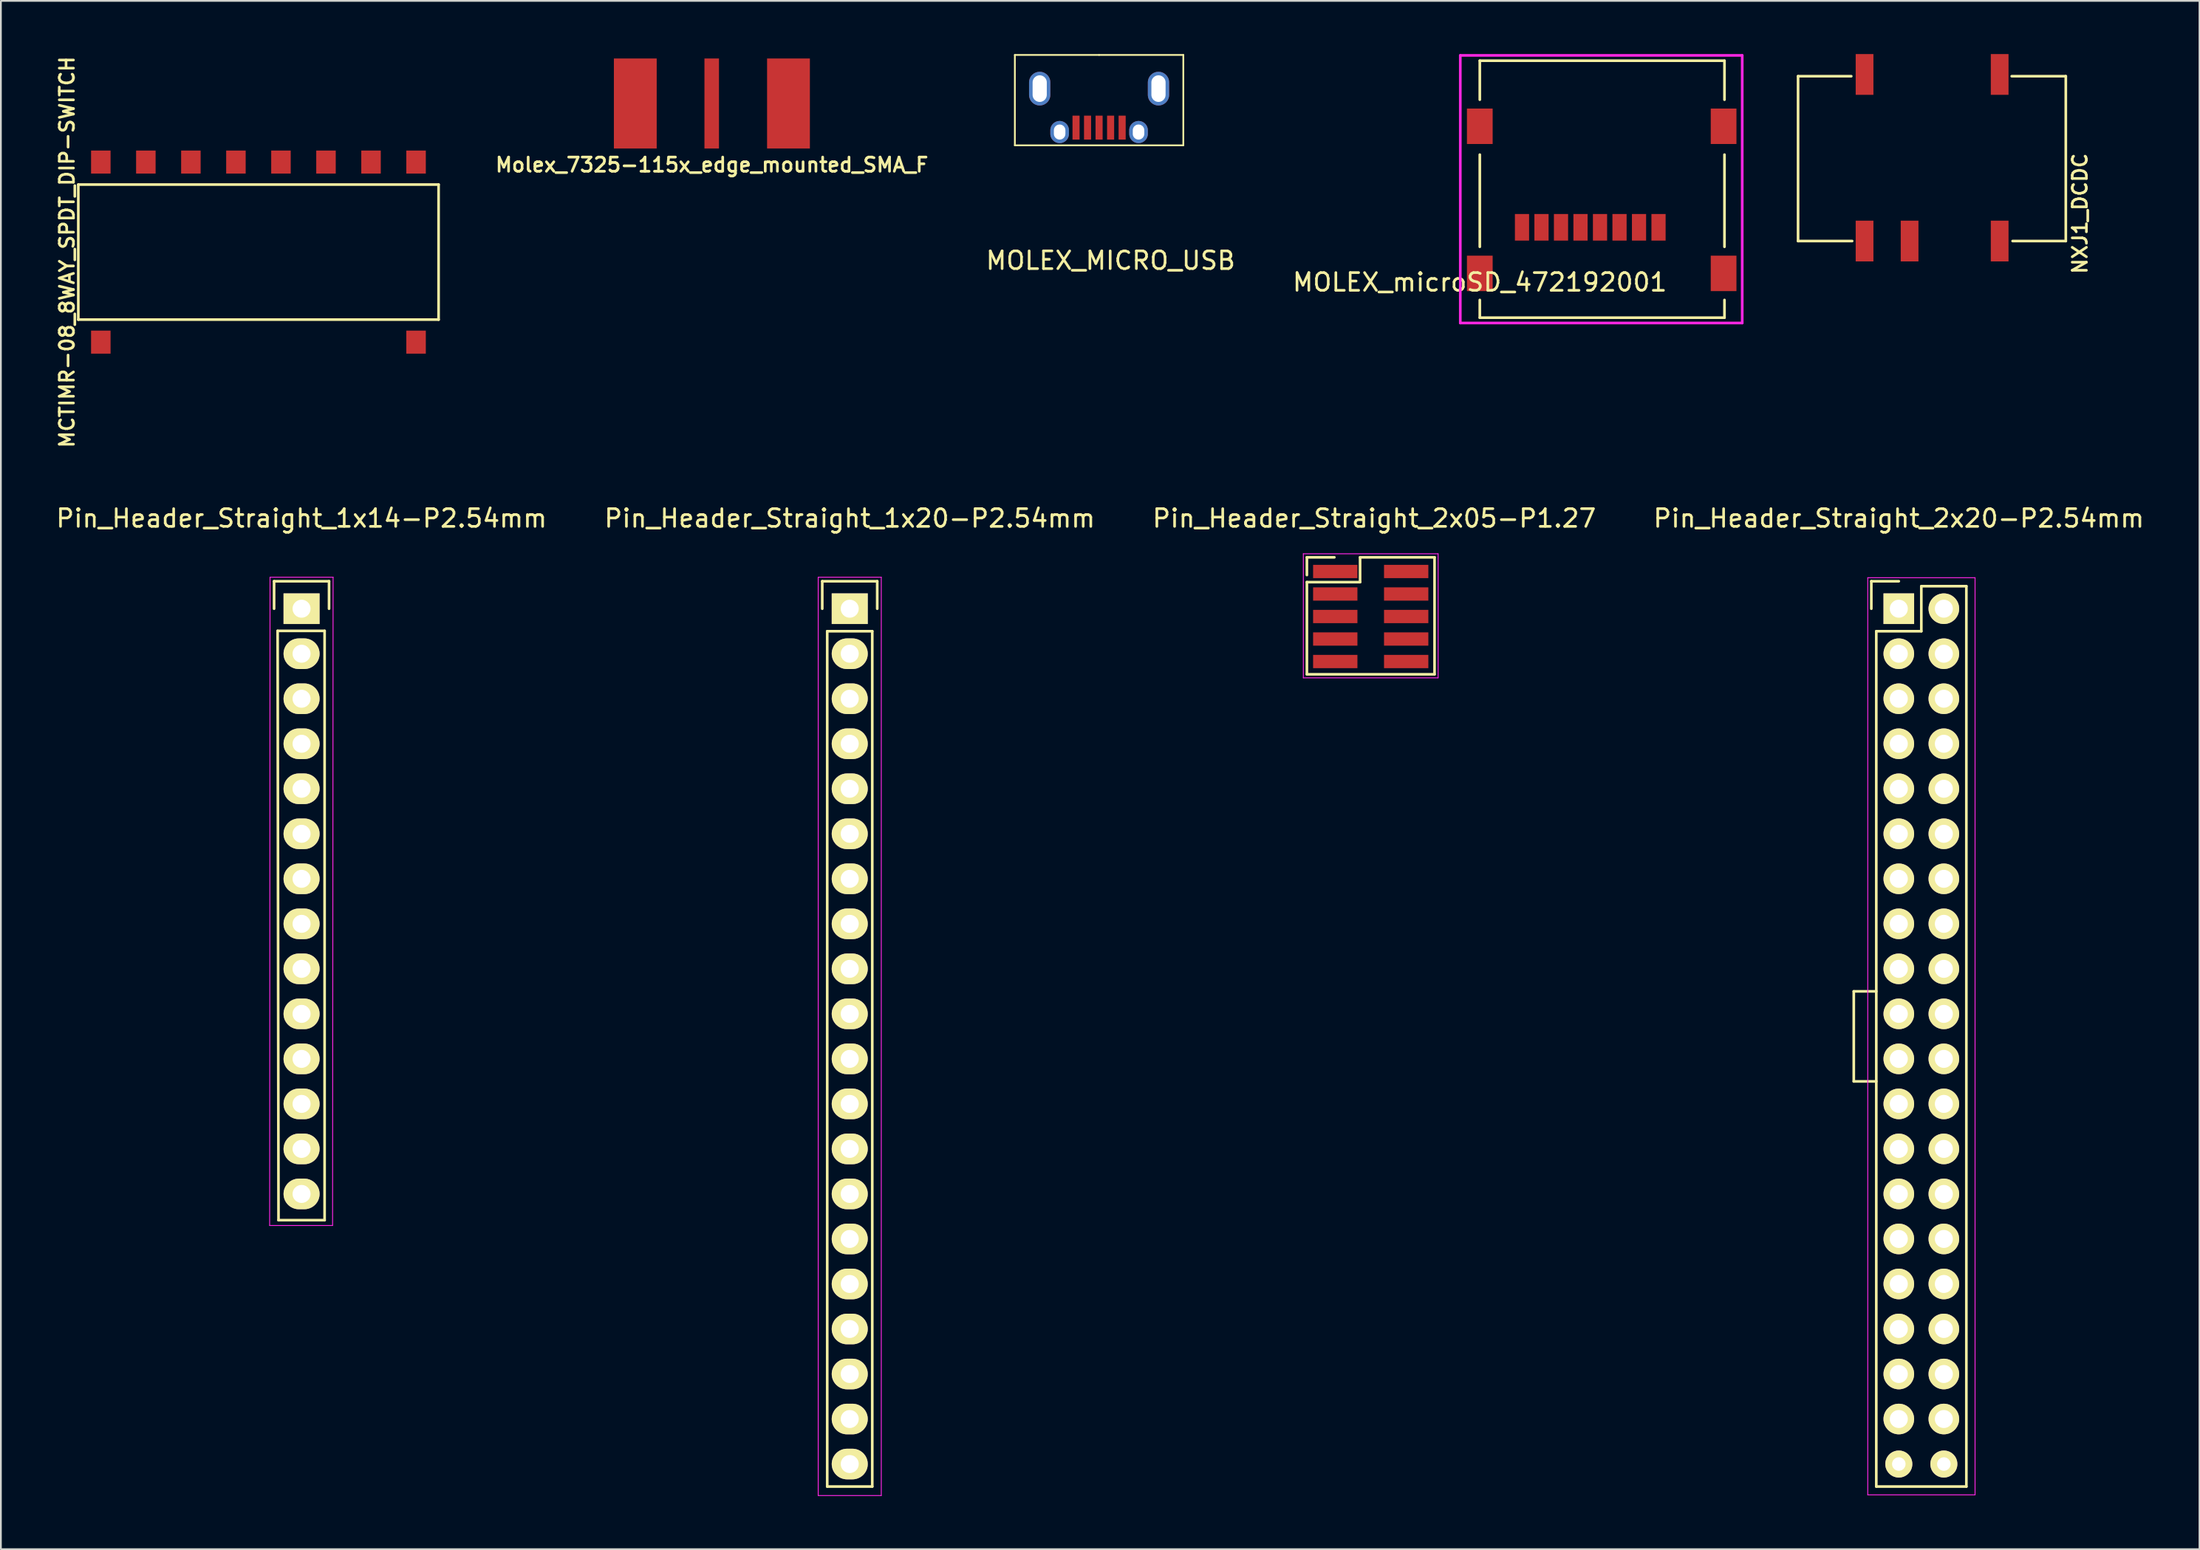
<source format=kicad_pcb>
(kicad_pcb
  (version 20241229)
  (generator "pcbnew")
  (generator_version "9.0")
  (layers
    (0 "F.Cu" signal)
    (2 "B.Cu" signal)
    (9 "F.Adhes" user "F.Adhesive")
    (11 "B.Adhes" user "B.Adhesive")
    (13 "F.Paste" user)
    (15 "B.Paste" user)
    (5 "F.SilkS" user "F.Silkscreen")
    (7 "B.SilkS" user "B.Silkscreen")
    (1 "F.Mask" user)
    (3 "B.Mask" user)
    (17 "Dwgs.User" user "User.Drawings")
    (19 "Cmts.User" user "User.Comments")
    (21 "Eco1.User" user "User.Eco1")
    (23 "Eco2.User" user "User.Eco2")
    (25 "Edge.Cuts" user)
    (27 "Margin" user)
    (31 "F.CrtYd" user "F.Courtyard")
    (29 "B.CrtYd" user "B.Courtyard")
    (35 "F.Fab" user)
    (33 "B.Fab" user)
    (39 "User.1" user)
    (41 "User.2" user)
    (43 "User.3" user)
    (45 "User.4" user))
  (footprint "MCTIMR-08_8WAY_SPDT_DIP-SWITCH"
    (layer "F.Cu")
    (at 11.526 11.174)
    (property "Reference" "MCTIMR-08_8WAY_SPDT_DIP-SWITCH" (at -10.795 0 90) (layer "F.SilkS") (effects (font (size 0.8 0.8) (thickness 0.15))))
    (attr smd)
    (fp_line (start -10.16 -3.81) (end -10.16 3.81) (stroke (width 0.15) (type solid)) (layer "F.SilkS"))
    (fp_line (start -10.16 3.81) (end 10.16 3.81) (stroke (width 0.15) (type solid)) (layer "F.SilkS"))
    (fp_line (start 10.16 -3.81) (end -10.16 -3.81) (stroke (width 0.15) (type solid)) (layer "F.SilkS"))
    (fp_line (start 10.16 -3.81) (end 10.16 3.81) (stroke (width 0.15) (type solid)) (layer "F.SilkS"))
    (pad "1" smd rect (at 8.89 -5.08) (size 1.1 1.3) (layers "F.Cu" "F.Mask" "F.Paste"))
    (pad "2" smd rect (at 6.35 -5.08) (size 1.1 1.3) (layers "F.Cu" "F.Mask" "F.Paste"))
    (pad "3" smd rect (at 3.81 -5.08) (size 1.1 1.3) (layers "F.Cu" "F.Mask" "F.Paste"))
    (pad "4" smd rect (at 1.27 -5.08) (size 1.1 1.3) (layers "F.Cu" "F.Mask" "F.Paste"))
    (pad "5" smd rect (at -1.27 -5.08) (size 1.1 1.3) (layers "F.Cu" "F.Mask" "F.Paste"))
    (pad "6" smd rect (at -3.81 -5.08) (size 1.1 1.3) (layers "F.Cu" "F.Mask" "F.Paste"))
    (pad "7" smd rect (at -6.35 -5.08) (size 1.1 1.3) (layers "F.Cu" "F.Mask" "F.Paste"))
    (pad "8" smd rect (at -8.89 -5.08) (size 1.1 1.3) (layers "F.Cu" "F.Mask" "F.Paste"))
    (pad "9" smd rect (at -8.89 5.08) (size 1.1 1.3) (layers "F.Cu" "F.Mask" "F.Paste"))
    (pad "10" smd rect (at 8.89 5.08) (size 1.1 1.3) (layers "F.Cu" "F.Mask" "F.Paste")))
  (footprint "MOLEX_microSD_472192001"
    (layer "F.Cu")
    (at 80.41 12.375)
    (property "Reference" "MOLEX_microSD_472192001" (at 0 0.5 0) (layer "F.SilkS") (effects (font (size 1 1) (thickness 0.15))))
    (attr smd)
    (fp_line (start 0 -12) (end 13.8 -12) (stroke (width 0.15) (type solid)) (layer "F.SilkS"))
    (fp_line (start 0 -9.8) (end 0 -12) (stroke (width 0.15) (type solid)) (layer "F.SilkS"))
    (fp_line (start 0 -1.5) (end 0 -6.7) (stroke (width 0.15) (type solid)) (layer "F.SilkS"))
    (fp_line (start 0 1.5) (end 0 2.5) (stroke (width 0.15) (type solid)) (layer "F.SilkS"))
    (fp_line (start 0 2.5) (end 13.8 2.5) (stroke (width 0.15) (type solid)) (layer "F.SilkS"))
    (fp_line (start 13.8 -12) (end 13.8 -9.8) (stroke (width 0.15) (type solid)) (layer "F.SilkS"))
    (fp_line (start 13.8 -1.5) (end 13.8 -6.7) (stroke (width 0.15) (type solid)) (layer "F.SilkS"))
    (fp_line (start 13.8 2.5) (end 13.8 1.5) (stroke (width 0.15) (type solid)) (layer "F.SilkS"))
    (fp_line (start -1.1 -12.3) (end -1.1 2.8) (stroke (width 0.15) (type solid)) (layer "F.CrtYd"))
    (fp_line (start -1.1 2.8) (end 14.8 2.8) (stroke (width 0.15) (type solid)) (layer "F.CrtYd"))
    (fp_line (start 14.8 -12.3) (end -1.1 -12.3) (stroke (width 0.15) (type solid)) (layer "F.CrtYd"))
    (fp_line (start 14.8 2.8) (end 14.8 -12.3) (stroke (width 0.15) (type solid)) (layer "F.CrtYd"))
    (pad "1" smd rect (at 10.08 -2.6) (size 0.8 1.5) (layers "F.Cu" "F.Mask" "F.Paste"))
    (pad "2" smd rect (at 8.98 -2.6) (size 0.8 1.5) (layers "F.Cu" "F.Mask" "F.Paste"))
    (pad "3" smd rect (at 7.88 -2.6) (size 0.8 1.5) (layers "F.Cu" "F.Mask" "F.Paste"))
    (pad "4" smd rect (at 6.78 -2.6) (size 0.8 1.5) (layers "F.Cu" "F.Mask" "F.Paste"))
    (pad "5" smd rect (at 5.68 -2.6) (size 0.8 1.5) (layers "F.Cu" "F.Mask" "F.Paste"))
    (pad "6" smd rect (at 4.58 -2.6) (size 0.8 1.5) (layers "F.Cu" "F.Mask" "F.Paste"))
    (pad "7" smd rect (at 3.48 -2.6) (size 0.8 1.5) (layers "F.Cu" "F.Mask" "F.Paste"))
    (pad "8" smd rect (at 2.38 -2.6) (size 0.8 1.5) (layers "F.Cu" "F.Mask" "F.Paste"))
    (pad "G1" smd rect (at 13.75 0) (size 1.45 2) (layers "F.Cu" "F.Mask" "F.Paste"))
    (pad "G2" smd rect (at 13.75 -8.3) (size 1.45 2) (layers "F.Cu" "F.Mask" "F.Paste"))
    (pad "G3" smd rect (at 0 -8.3) (size 1.45 2) (layers "F.Cu" "F.Mask" "F.Paste"))
    (pad "G4" smd rect (at 0 0) (size 1.45 2) (layers "F.Cu" "F.Mask" "F.Paste")))
  (footprint "MOLEX_MICRO_USB"
    (layer "F.Cu")
    (at 58.938 4.15)
    (property "Reference" "MOLEX_MICRO_USB" (at 0.65 7.5 0) (layer "F.SilkS") (effects (font (size 1 1) (thickness 0.15))))
    (attr smd)
    (fp_line (start -4.75 1) (end -4.75 -4.1) (stroke (width 0.1) (type solid)) (layer "F.SilkS"))
    (fp_line (start 0 -4.1) (end -4.75 -4.1) (stroke (width 0.1) (type solid)) (layer "F.SilkS"))
    (fp_line (start 0 -4.1) (end 4.75 -4.1) (stroke (width 0.1) (type solid)) (layer "F.SilkS"))
    (fp_line (start 4.75 -4.1) (end 4.75 1) (stroke (width 0.1) (type solid)) (layer "F.SilkS"))
    (fp_line (start 4.75 1) (end -4.75 1) (stroke (width 0.1) (type solid)) (layer "F.SilkS"))
    (pad "" thru_hole oval (at -3.35 -2.2) (size 1.2 1.9) (drill oval 0.8 1.5) (layers "*.Cu" "*.Mask"))
    (pad "" thru_hole oval (at -2.225 0.25) (size 1.05 1.25) (drill oval 0.65 0.85) (layers "*.Cu" "*.Mask"))
    (pad "" thru_hole oval (at 2.225 0.25) (size 1.05 1.25) (drill oval 0.65 0.85) (layers "*.Cu" "*.Mask"))
    (pad "" thru_hole oval (at 3.35 -2.2) (size 1.2 1.9) (drill oval 0.8 1.5) (layers "*.Cu" "*.Mask"))
    (pad "1" smd rect (at -1.3 0) (size 0.4 1.35) (layers "F.Cu" "F.Mask" "F.Paste"))
    (pad "2" smd rect (at -0.65 0) (size 0.4 1.35) (layers "F.Cu" "F.Mask" "F.Paste"))
    (pad "3" smd rect (at 0 0) (size 0.4 1.35) (layers "F.Cu" "F.Mask" "F.Paste"))
    (pad "4" smd rect (at 0.65 0) (size 0.4 1.35) (layers "F.Cu" "F.Mask" "F.Paste"))
    (pad "5" smd rect (at 1.3 0) (size 0.4 1.35) (layers "F.Cu" "F.Mask" "F.Paste")))
  (footprint "Pin_Header_Straight_2x05-P1.27"
    (layer "F.Cu")
    (at 72.258 29.195)
    (property "Reference" "Pin_Header_Straight_2x05-P1.27" (at 2.2 -3 0) (layer "F.SilkS") (effects (font (size 1 1) (thickness 0.15))))
    (attr smd)
    (fp_line (start -1.6 -0.8) (end -1.6 0.2) (stroke (width 0.15) (type solid)) (layer "F.SilkS"))
    (fp_line (start -1.6 5.8) (end -1.6 0.6) (stroke (width 0.15) (type solid)) (layer "F.SilkS"))
    (fp_line (start -0.05 -0.8) (end -1.6 -0.8) (stroke (width 0.15) (type solid)) (layer "F.SilkS"))
    (fp_line (start 1.4 -0.8) (end 1.4 0.6) (stroke (width 0.15) (type solid)) (layer "F.SilkS"))
    (fp_line (start 1.4 0.6) (end -1.6 0.6) (stroke (width 0.15) (type solid)) (layer "F.SilkS"))
    (fp_line (start 5.6 -0.8) (end 1.4 -0.8) (stroke (width 0.15) (type solid)) (layer "F.SilkS"))
    (fp_line (start 5.6 -0.8) (end 5.6 5.8) (stroke (width 0.15) (type solid)) (layer "F.SilkS"))
    (fp_line (start 5.6 5.8) (end -1.6 5.8) (stroke (width 0.15) (type solid)) (layer "F.SilkS"))
    (fp_line (start -1.8 -1) (end -1.8 6) (stroke (width 0.05) (type solid)) (layer "F.CrtYd"))
    (fp_line (start -1.8 -1) (end 5.8 -1) (stroke (width 0.05) (type solid)) (layer "F.CrtYd"))
    (fp_line (start -1.8 6) (end 5.8 6) (stroke (width 0.05) (type solid)) (layer "F.CrtYd"))
    (fp_line (start 5.8 -1) (end 5.8 6) (stroke (width 0.05) (type solid)) (layer "F.CrtYd"))
    (pad "1" smd rect (at 0 0 90) (size 0.75 2.5) (layers "F.Cu" "F.Mask" "F.Paste"))
    (pad "2" smd rect (at 4 0 90) (size 0.75 2.5) (layers "F.Cu" "F.Mask" "F.Paste"))
    (pad "3" smd rect (at 0 1.27 90) (size 0.75 2.5) (layers "F.Cu" "F.Mask" "F.Paste"))
    (pad "4" smd rect (at 4 1.27 90) (size 0.75 2.5) (layers "F.Cu" "F.Mask" "F.Paste"))
    (pad "5" smd rect (at 0 2.54 90) (size 0.75 2.5) (layers "F.Cu" "F.Mask" "F.Paste"))
    (pad "6" smd rect (at 4 2.54 90) (size 0.75 2.5) (layers "F.Cu" "F.Mask" "F.Paste"))
    (pad "7" smd rect (at 0 3.81 90) (size 0.75 2.5) (layers "F.Cu" "F.Mask" "F.Paste"))
    (pad "8" smd rect (at 4 3.81 90) (size 0.75 2.5) (layers "F.Cu" "F.Mask" "F.Paste"))
    (pad "9" smd rect (at 0 5.08 90) (size 0.75 2.5) (layers "F.Cu" "F.Mask" "F.Paste"))
    (pad "10" smd rect (at 4 5.08 90) (size 0.75 2.5) (layers "F.Cu" "F.Mask" "F.Paste")))
  (footprint "Pin_Header_Straight_1x20-P2.54mm"
    (layer "F.Cu")
    (at 44.875 31.295)
    (property "Reference" "Pin_Header_Straight_1x20-P2.54mm" (at 0 -5.1 0) (layer "F.SilkS") (effects (font (size 1 1) (thickness 0.15))))
    (attr smd)
    (fp_line (start -1.55 -1.55) (end 1.55 -1.55) (stroke (width 0.15) (type solid)) (layer "F.SilkS"))
    (fp_line (start -1.55 0) (end -1.55 -1.55) (stroke (width 0.15) (type solid)) (layer "F.SilkS"))
    (fp_line (start -1.27 49.53) (end -1.27 1.27) (stroke (width 0.15) (type solid)) (layer "F.SilkS"))
    (fp_line (start 1.27 1.27) (end -1.27 1.27) (stroke (width 0.15) (type solid)) (layer "F.SilkS"))
    (fp_line (start 1.27 1.27) (end 1.27 49.53) (stroke (width 0.15) (type solid)) (layer "F.SilkS"))
    (fp_line (start 1.27 49.53) (end -1.27 49.53) (stroke (width 0.15) (type solid)) (layer "F.SilkS"))
    (fp_line (start 1.55 -1.55) (end 1.55 0) (stroke (width 0.15) (type solid)) (layer "F.SilkS"))
    (fp_line (start -1.778 -1.778) (end -1.778 50.038) (stroke (width 0.05) (type solid)) (layer "F.CrtYd"))
    (fp_line (start -1.778 -1.778) (end 1.778 -1.778) (stroke (width 0.05) (type solid)) (layer "F.CrtYd"))
    (fp_line (start -1.778 50.038) (end 1.778 50.038) (stroke (width 0.05) (type solid)) (layer "F.CrtYd"))
    (fp_line (start 1.778 -1.778) (end 1.778 50.038) (stroke (width 0.05) (type solid)) (layer "F.CrtYd"))
    (pad "1" thru_hole rect (at 0 0) (size 2.032 1.727) (drill 1.016) (layers "*.Cu" "*.Mask" "F.SilkS"))
    (pad "2" thru_hole oval (at 0 2.54) (size 2.032 1.727) (drill 1.016) (layers "*.Cu" "*.Mask" "F.SilkS"))
    (pad "3" thru_hole oval (at 0 5.08) (size 2.032 1.727) (drill 1.016) (layers "*.Cu" "*.Mask" "F.SilkS"))
    (pad "4" thru_hole oval (at 0 7.62) (size 2.032 1.727) (drill 1.016) (layers "*.Cu" "*.Mask" "F.SilkS"))
    (pad "5" thru_hole oval (at 0 10.16) (size 2.032 1.727) (drill 1.016) (layers "*.Cu" "*.Mask" "F.SilkS"))
    (pad "6" thru_hole oval (at 0 12.7) (size 2.032 1.727) (drill 1.016) (layers "*.Cu" "*.Mask" "F.SilkS"))
    (pad "7" thru_hole oval (at 0 15.24) (size 2.032 1.727) (drill 1.016) (layers "*.Cu" "*.Mask" "F.SilkS"))
    (pad "8" thru_hole oval (at 0 17.78) (size 2.032 1.727) (drill 1.016) (layers "*.Cu" "*.Mask" "F.SilkS"))
    (pad "9" thru_hole oval (at 0 20.32) (size 2.032 1.727) (drill 1.016) (layers "*.Cu" "*.Mask" "F.SilkS"))
    (pad "10" thru_hole oval (at 0 22.86) (size 2.032 1.727) (drill 1.016) (layers "*.Cu" "*.Mask" "F.SilkS"))
    (pad "11" thru_hole oval (at 0 25.4) (size 2.032 1.727) (drill 1.016) (layers "*.Cu" "*.Mask" "F.SilkS"))
    (pad "12" thru_hole oval (at 0 27.94) (size 2.032 1.727) (drill 1.016) (layers "*.Cu" "*.Mask" "F.SilkS"))
    (pad "13" thru_hole oval (at 0 30.48) (size 2.032 1.727) (drill 1.016) (layers "*.Cu" "*.Mask" "F.SilkS"))
    (pad "14" thru_hole oval (at 0 33.02) (size 2.032 1.727) (drill 1.016) (layers "*.Cu" "*.Mask" "F.SilkS"))
    (pad "15" thru_hole oval (at 0 35.56) (size 2.032 1.727) (drill 1.016) (layers "*.Cu" "*.Mask" "F.SilkS"))
    (pad "16" thru_hole oval (at 0 38.1) (size 2.032 1.727) (drill 1.016) (layers "*.Cu" "*.Mask" "F.SilkS"))
    (pad "17" thru_hole oval (at 0 40.64) (size 2.032 1.727) (drill 1.016) (layers "*.Cu" "*.Mask" "F.SilkS"))
    (pad "18" thru_hole oval (at 0 43.18) (size 2.032 1.727) (drill 1.016) (layers "*.Cu" "*.Mask" "F.SilkS"))
    (pad "19" thru_hole oval (at 0 45.72) (size 2.032 1.727) (drill 1.016) (layers "*.Cu" "*.Mask" "F.SilkS"))
    (pad "20" thru_hole oval (at 0 48.26) (size 2.032 1.727) (drill 1.016) (layers "*.Cu" "*.Mask" "F.SilkS")))
  (footprint "Pin_Header_Straight_2x20-P2.54mm"
    (layer "F.Cu")
    (at 104.042 31.295)
    (property "Reference" "Pin_Header_Straight_2x20-P2.54mm" (at 0 -5.1 0) (layer "F.SilkS") (effects (font (size 1 1) (thickness 0.15))))
    (attr smd)
    (fp_line (start -2.54 21.59) (end -2.54 26.67) (stroke (width 0.15) (type solid)) (layer "F.SilkS"))
    (fp_line (start -2.54 26.67) (end -1.27 26.67) (stroke (width 0.15) (type solid)) (layer "F.SilkS"))
    (fp_line (start -1.55 -1.55) (end -1.55 0) (stroke (width 0.15) (type solid)) (layer "F.SilkS"))
    (fp_line (start -1.27 1.27) (end -1.27 49.53) (stroke (width 0.15) (type solid)) (layer "F.SilkS"))
    (fp_line (start -1.27 21.59) (end -2.54 21.59) (stroke (width 0.15) (type solid)) (layer "F.SilkS"))
    (fp_line (start 0 -1.55) (end -1.55 -1.55) (stroke (width 0.15) (type solid)) (layer "F.SilkS"))
    (fp_line (start 1.27 -1.27) (end 1.27 1.27) (stroke (width 0.15) (type solid)) (layer "F.SilkS"))
    (fp_line (start 1.27 1.27) (end -1.27 1.27) (stroke (width 0.15) (type solid)) (layer "F.SilkS"))
    (fp_line (start 3.81 -1.27) (end 1.27 -1.27) (stroke (width 0.15) (type solid)) (layer "F.SilkS"))
    (fp_line (start 3.81 49.53) (end -1.27 49.53) (stroke (width 0.15) (type solid)) (layer "F.SilkS"))
    (fp_line (start 3.81 49.53) (end 3.81 -1.27) (stroke (width 0.15) (type solid)) (layer "F.SilkS"))
    (fp_line (start -1.75 -1.75) (end -1.75 50) (stroke (width 0.05) (type solid)) (layer "F.CrtYd"))
    (fp_line (start -1.75 -1.75) (end 4.3 -1.75) (stroke (width 0.05) (type solid)) (layer "F.CrtYd"))
    (fp_line (start -1.75 50) (end 4.3 50) (stroke (width 0.05) (type solid)) (layer "F.CrtYd"))
    (fp_line (start 4.3 -1.75) (end 4.3 50) (stroke (width 0.05) (type solid)) (layer "F.CrtYd"))
    (pad "1" thru_hole rect (at 0 0) (size 1.727 1.727) (drill 1.016) (layers "*.Cu" "*.Mask" "F.SilkS"))
    (pad "2" thru_hole oval (at 2.54 0) (size 1.727 1.727) (drill 1.016) (layers "*.Cu" "*.Mask" "F.SilkS"))
    (pad "3" thru_hole oval (at 0 2.54) (size 1.727 1.727) (drill 1.016) (layers "*.Cu" "*.Mask" "F.SilkS"))
    (pad "4" thru_hole oval (at 2.54 2.54) (size 1.727 1.727) (drill 1.016) (layers "*.Cu" "*.Mask" "F.SilkS"))
    (pad "5" thru_hole oval (at 0 5.08) (size 1.727 1.727) (drill 1.016) (layers "*.Cu" "*.Mask" "F.SilkS"))
    (pad "6" thru_hole oval (at 2.54 5.08) (size 1.727 1.727) (drill 1.016) (layers "*.Cu" "*.Mask" "F.SilkS"))
    (pad "7" thru_hole oval (at 0 7.62) (size 1.727 1.727) (drill 1.016) (layers "*.Cu" "*.Mask" "F.SilkS"))
    (pad "8" thru_hole oval (at 2.54 7.62) (size 1.727 1.727) (drill 1.016) (layers "*.Cu" "*.Mask" "F.SilkS"))
    (pad "9" thru_hole oval (at 0 10.16) (size 1.727 1.727) (drill 1.016) (layers "*.Cu" "*.Mask" "F.SilkS"))
    (pad "10" thru_hole oval (at 2.54 10.16) (size 1.727 1.727) (drill 1.016) (layers "*.Cu" "*.Mask" "F.SilkS"))
    (pad "11" thru_hole oval (at 0 12.7) (size 1.727 1.727) (drill 1.016) (layers "*.Cu" "*.Mask" "F.SilkS"))
    (pad "12" thru_hole oval (at 2.54 12.7) (size 1.727 1.727) (drill 1.016) (layers "*.Cu" "*.Mask" "F.SilkS"))
    (pad "13" thru_hole oval (at 0 15.24) (size 1.727 1.727) (drill 1.016) (layers "*.Cu" "*.Mask" "F.SilkS"))
    (pad "14" thru_hole oval (at 2.54 15.24) (size 1.727 1.727) (drill 1.016) (layers "*.Cu" "*.Mask" "F.SilkS"))
    (pad "15" thru_hole oval (at 0 17.78) (size 1.727 1.727) (drill 1.016) (layers "*.Cu" "*.Mask" "F.SilkS"))
    (pad "16" thru_hole oval (at 2.54 17.78) (size 1.727 1.727) (drill 1.016) (layers "*.Cu" "*.Mask" "F.SilkS"))
    (pad "17" thru_hole oval (at 0 20.32) (size 1.727 1.727) (drill 1.016) (layers "*.Cu" "*.Mask" "F.SilkS"))
    (pad "18" thru_hole oval (at 2.54 20.32) (size 1.727 1.727) (drill 1.016) (layers "*.Cu" "*.Mask" "F.SilkS"))
    (pad "19" thru_hole oval (at 0 22.86) (size 1.727 1.727) (drill 1.016) (layers "*.Cu" "*.Mask" "F.SilkS"))
    (pad "20" thru_hole oval (at 2.54 22.86) (size 1.727 1.727) (drill 1.016) (layers "*.Cu" "*.Mask" "F.SilkS"))
    (pad "21" thru_hole oval (at 0 25.4) (size 1.727 1.727) (drill 1.016) (layers "*.Cu" "*.Mask" "F.SilkS"))
    (pad "22" thru_hole oval (at 2.54 25.4) (size 1.727 1.727) (drill 1.016) (layers "*.Cu" "*.Mask" "F.SilkS"))
    (pad "23" thru_hole oval (at 0 27.94) (size 1.727 1.727) (drill 1.016) (layers "*.Cu" "*.Mask" "F.SilkS"))
    (pad "24" thru_hole oval (at 2.54 27.94) (size 1.727 1.727) (drill 1.016) (layers "*.Cu" "*.Mask" "F.SilkS"))
    (pad "25" thru_hole oval (at 0 30.48) (size 1.727 1.727) (drill 1.016) (layers "*.Cu" "*.Mask" "F.SilkS"))
    (pad "26" thru_hole oval (at 2.54 30.48) (size 1.727 1.727) (drill 1.016) (layers "*.Cu" "*.Mask" "F.SilkS"))
    (pad "27" thru_hole oval (at 0 33.02) (size 1.727 1.727) (drill 1.016) (layers "*.Cu" "*.Mask" "F.SilkS"))
    (pad "28" thru_hole oval (at 2.54 33.02) (size 1.727 1.727) (drill 1.016) (layers "*.Cu" "*.Mask" "F.SilkS"))
    (pad "29" thru_hole oval (at 0 35.56) (size 1.727 1.727) (drill 1.016) (layers "*.Cu" "*.Mask" "F.SilkS"))
    (pad "30" thru_hole oval (at 2.54 35.56) (size 1.727 1.727) (drill 1.016) (layers "*.Cu" "*.Mask" "F.SilkS"))
    (pad "31" thru_hole oval (at 0 38.1) (size 1.727 1.727) (drill 1.016) (layers "*.Cu" "*.Mask" "F.SilkS"))
    (pad "32" thru_hole oval (at 2.54 38.1) (size 1.727 1.727) (drill 1.016) (layers "*.Cu" "*.Mask" "F.SilkS"))
    (pad "33" thru_hole oval (at 0 40.64) (size 1.727 1.727) (drill 1.016) (layers "*.Cu" "*.Mask" "F.SilkS"))
    (pad "34" thru_hole oval (at 2.54 40.64) (size 1.727 1.727) (drill 1.016) (layers "*.Cu" "*.Mask" "F.SilkS"))
    (pad "35" thru_hole oval (at 0 43.18) (size 1.727 1.727) (drill 1.016) (layers "*.Cu" "*.Mask" "F.SilkS"))
    (pad "36" thru_hole oval (at 2.54 43.18) (size 1.727 1.727) (drill 1.016) (layers "*.Cu" "*.Mask" "F.SilkS"))
    (pad "37" thru_hole oval (at 0 45.72) (size 1.727 1.727) (drill 1.016) (layers "*.Cu" "*.Mask" "F.SilkS"))
    (pad "38" thru_hole oval (at 2.54 45.72) (size 1.727 1.727) (drill 1.016) (layers "*.Cu" "*.Mask" "F.SilkS"))
    (pad "39" thru_hole circle (at 0 48.26) (size 1.524 1.524) (drill 0.762) (layers "*.Cu" "*.Mask" "F.SilkS"))
    (pad "40" thru_hole circle (at 2.54 48.26) (size 1.524 1.524) (drill 0.762) (layers "*.Cu" "*.Mask" "F.SilkS")))
  (footprint "Molex_7325-115x_edge_mounted_SMA_F"
    (layer "F.Cu")
    (at 37.1 0.25)
    (property "Reference" "Molex_7325-115x_edge_mounted_SMA_F" (at 0 6 0) (layer "F.SilkS") (effects (font (size 0.8 0.8) (thickness 0.152))))
    (attr smd)
    (pad "1" smd rect (at -0.01 2.54 90) (size 5.08 0.82) (layers "F.Cu" "F.Mask" "F.Paste"))
    (pad "2" smd rect (at -4.32 2.54 90) (size 5.08 2.415) (layers "F.Cu" "F.Mask" "F.Paste"))
    (pad "2" smd rect (at 4.32 2.54 90) (size 5.08 2.415) (layers "F.Cu" "F.Mask" "F.Paste")))
  (footprint "Pin_Header_Straight_1x14-P2.54mm"
    (layer "F.Cu")
    (at 13.958 31.295)
    (property "Reference" "Pin_Header_Straight_1x14-P2.54mm" (at 0 -5.1 0) (layer "F.SilkS") (effects (font (size 1 1) (thickness 0.15))))
    (attr smd)
    (fp_line (start -1.55 -1.55) (end 1.55 -1.55) (stroke (width 0.15) (type solid)) (layer "F.SilkS"))
    (fp_line (start -1.55 0) (end -1.55 -1.55) (stroke (width 0.15) (type solid)) (layer "F.SilkS"))
    (fp_line (start -1.3 34.5) (end -1.35 1.25) (stroke (width 0.15) (type solid)) (layer "F.SilkS"))
    (fp_line (start 1.3 1.25) (end -1.35 1.25) (stroke (width 0.15) (type solid)) (layer "F.SilkS"))
    (fp_line (start 1.3 1.25) (end 1.3 34.5) (stroke (width 0.15) (type solid)) (layer "F.SilkS"))
    (fp_line (start 1.3 34.5) (end -1.3 34.5) (stroke (width 0.15) (type solid)) (layer "F.SilkS"))
    (fp_line (start 1.55 -1.55) (end 1.55 0) (stroke (width 0.15) (type solid)) (layer "F.SilkS"))
    (fp_line (start -1.8 34.8) (end 1.75 34.8) (stroke (width 0.05) (type solid)) (layer "F.CrtYd"))
    (fp_line (start -1.778 -1.778) (end -1.8 34.8) (stroke (width 0.05) (type solid)) (layer "F.CrtYd"))
    (fp_line (start -1.778 -1.778) (end 1.778 -1.778) (stroke (width 0.05) (type solid)) (layer "F.CrtYd"))
    (fp_line (start 1.778 -1.778) (end 1.75 34.8) (stroke (width 0.05) (type solid)) (layer "F.CrtYd"))
    (pad "1" thru_hole rect (at 0 0) (size 2.032 1.727) (drill 1.016) (layers "*.Cu" "*.Mask" "F.SilkS"))
    (pad "2" thru_hole oval (at 0 2.54) (size 2.032 1.727) (drill 1.016) (layers "*.Cu" "*.Mask" "F.SilkS"))
    (pad "3" thru_hole oval (at 0 5.08) (size 2.032 1.727) (drill 1.016) (layers "*.Cu" "*.Mask" "F.SilkS"))
    (pad "4" thru_hole oval (at 0 7.62) (size 2.032 1.727) (drill 1.016) (layers "*.Cu" "*.Mask" "F.SilkS"))
    (pad "5" thru_hole oval (at 0 10.16) (size 2.032 1.727) (drill 1.016) (layers "*.Cu" "*.Mask" "F.SilkS"))
    (pad "6" thru_hole oval (at 0 12.7) (size 2.032 1.727) (drill 1.016) (layers "*.Cu" "*.Mask" "F.SilkS"))
    (pad "7" thru_hole oval (at 0 15.24) (size 2.032 1.727) (drill 1.016) (layers "*.Cu" "*.Mask" "F.SilkS"))
    (pad "8" thru_hole oval (at 0 17.78) (size 2.032 1.727) (drill 1.016) (layers "*.Cu" "*.Mask" "F.SilkS"))
    (pad "9" thru_hole oval (at 0 20.32) (size 2.032 1.727) (drill 1.016) (layers "*.Cu" "*.Mask" "F.SilkS"))
    (pad "10" thru_hole oval (at 0 22.86) (size 2.032 1.727) (drill 1.016) (layers "*.Cu" "*.Mask" "F.SilkS"))
    (pad "11" thru_hole oval (at 0 25.4) (size 2.032 1.727) (drill 1.016) (layers "*.Cu" "*.Mask" "F.SilkS"))
    (pad "12" thru_hole oval (at 0 27.94) (size 2.032 1.727) (drill 1.016) (layers "*.Cu" "*.Mask" "F.SilkS"))
    (pad "13" thru_hole oval (at 0 30.48) (size 2.032 1.727) (drill 1.016) (layers "*.Cu" "*.Mask" "F.SilkS"))
    (pad "14" thru_hole oval (at 0 33.02) (size 2.032 1.727) (drill 1.016) (layers "*.Cu" "*.Mask" "F.SilkS")))
  (footprint "NXJ1_DCDC"
    (layer "F.Cu")
    (at 102.11 10.55)
    (property "Reference" "NXJ1_DCDC" (at 12.15 -1.55 90) (layer "F.SilkS") (effects (font (size 0.8 0.8) (thickness 0.15))))
    (attr smd)
    (fp_line (start -3.75 -9.3) (end -0.75 -9.3) (stroke (width 0.15) (type solid)) (layer "F.SilkS"))
    (fp_line (start -3.75 0) (end -3.75 -9.3) (stroke (width 0.15) (type solid)) (layer "F.SilkS"))
    (fp_line (start -0.7 0) (end -3.75 0) (stroke (width 0.15) (type solid)) (layer "F.SilkS"))
    (fp_line (start 8.3 -9.3) (end 11.35 -9.3) (stroke (width 0.15) (type solid)) (layer "F.SilkS"))
    (fp_line (start 11.35 -9.3) (end 11.35 0) (stroke (width 0.15) (type solid)) (layer "F.SilkS"))
    (fp_line (start 11.35 0) (end 8.35 0) (stroke (width 0.15) (type solid)) (layer "F.SilkS"))
    (pad "1" smd rect (at 0 0) (size 1 2.3) (layers "F.Cu" "F.Mask" "F.Paste"))
    (pad "3" smd rect (at 2.54 0) (size 1 2.3) (layers "F.Cu" "F.Mask" "F.Paste"))
    (pad "7" smd rect (at 7.62 0) (size 1 2.3) (layers "F.Cu" "F.Mask" "F.Paste"))
    (pad "8" smd rect (at 7.62 -9.4) (size 1 2.3) (layers "F.Cu" "F.Mask" "F.Paste"))
    (pad "14" smd rect (at 0 -9.4) (size 1 2.3) (layers "F.Cu" "F.Mask" "F.Paste")))
  (gr_rect
    (start -3 -3)
    (end 121 84.358)
    (stroke (width 0.1) (type default))
    (fill no)
    (layer "Edge.Cuts")))
</source>
